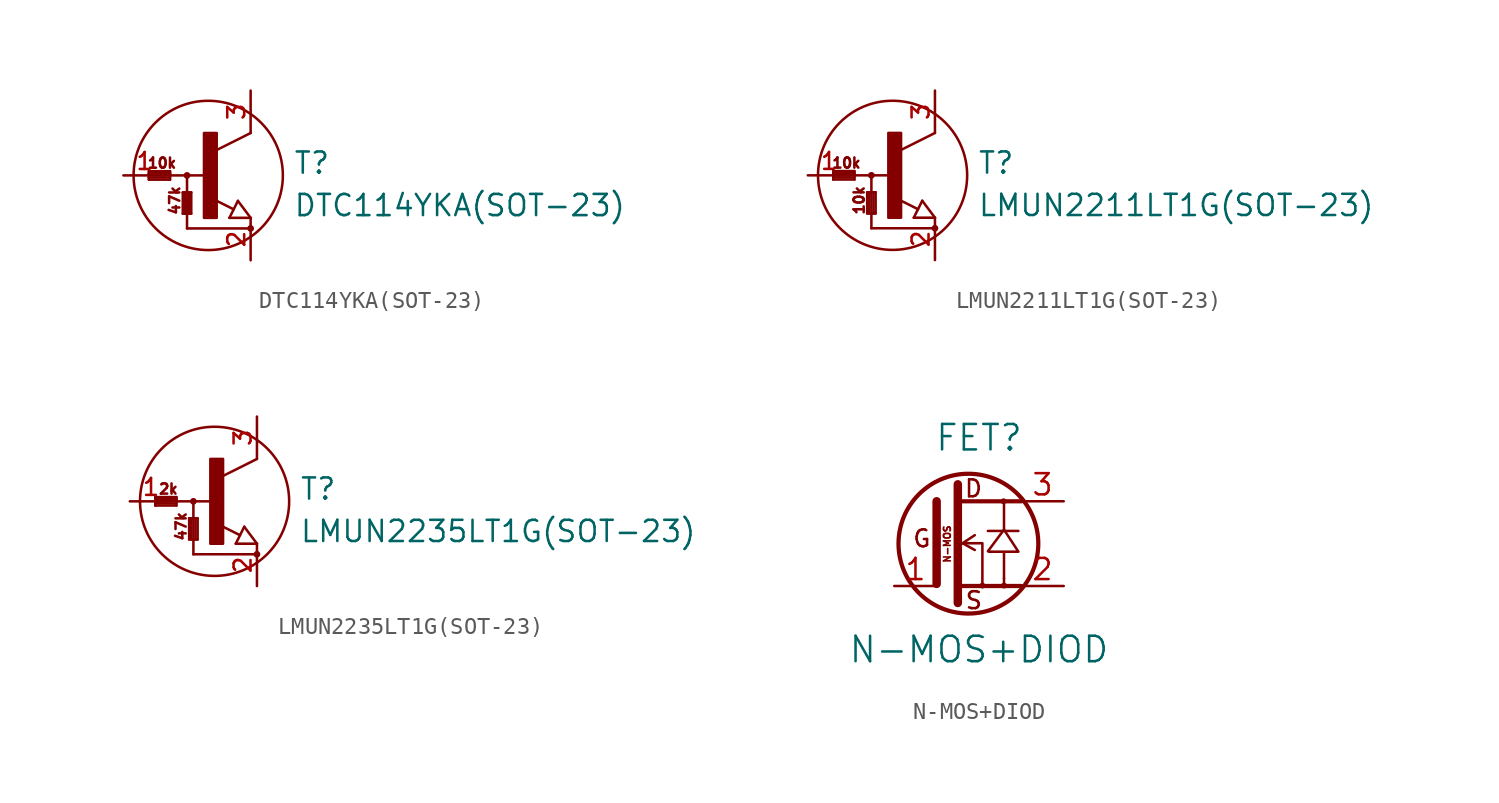
<source format=kicad_sym>
(kicad_symbol_lib
  (version 20211014)
  (generator kicad_symbol_editor)
  (symbol "DTC114YKA(SOT-23)"
    (pin_names
      (offset 0) hide)
    (property "Reference" "T"
      (at 5.08 0 0)
      (effects (font (size 1.27 1.27)) (justify left bottom)))
    (property "Value" "DTC114YKA(SOT-23)"
      (at 5.08 -2.54 0)
      (effects (font (size 1.27 1.27)) (justify left bottom)))
    (property "Datasheet" ""
      (at 0 0 0)
      (effects (font (size 1.524 1.524))))
    (symbol "DTC114YKA(SOT-23)_1_0"
      (polyline (pts (xy -3.556 -0.254) (xy -2.286 -0.254)) (stroke (width 0) (type default) (color 0 0 0 0)) (fill (type none)))
      (polyline (pts (xy -3.556 -0.127) (xy -3.556 -0.254)) (stroke (width 0) (type default) (color 0 0 0 0)) (fill (type none)))
      (polyline (pts (xy -3.556 -0.127) (xy -2.286 -0.127)) (stroke (width 0) (type default) (color 0 0 0 0)) (fill (type none)))
      (polyline (pts (xy -3.556 0) (xy -3.556 -0.127)) (stroke (width 0) (type default) (color 0 0 0 0)) (fill (type none)))
      (polyline (pts (xy -3.556 0.127) (xy -3.556 0)) (stroke (width 0) (type default) (color 0 0 0 0)) (fill (type none)))
      (polyline (pts (xy -3.556 0.127) (xy -2.286 0.127)) (stroke (width 0) (type default) (color 0 0 0 0)) (fill (type none)))
      (polyline (pts (xy -3.556 0.254) (xy -3.556 0.127)) (stroke (width 0) (type default) (color 0 0 0 0)) (fill (type none)))
      (polyline (pts (xy -3.556 0.254) (xy -2.286 0.254)) (stroke (width 0) (type default) (color 0 0 0 0)) (fill (type none)))
      (polyline (pts (xy -2.286 0) (xy -3.556 0)) (stroke (width 0) (type default) (color 0 0 0 0)) (fill (type none)))
      (polyline (pts (xy -2.286 0) (xy -2.286 -0.254)) (stroke (width 0) (type default) (color 0 0 0 0)) (fill (type none)))
      (polyline (pts (xy -2.286 0.127) (xy -2.286 0)) (stroke (width 0) (type default) (color 0 0 0 0)) (fill (type none)))
      (polyline (pts (xy -2.286 0.254) (xy -2.286 0.127)) (stroke (width 0) (type default) (color 0 0 0 0)) (fill (type none)))
      (polyline (pts (xy -1.524 -2.286) (xy -1.524 -1.016)) (stroke (width 0) (type default) (color 0 0 0 0)) (fill (type none)))
      (polyline (pts (xy -1.524 -2.286) (xy -1.397 -2.286)) (stroke (width 0) (type default) (color 0 0 0 0)) (fill (type none)))
      (polyline (pts (xy -1.524 -1.016) (xy -1.397 -1.016)) (stroke (width 0) (type default) (color 0 0 0 0)) (fill (type none)))
      (polyline (pts (xy -1.397 -2.286) (xy -1.397 -1.016)) (stroke (width 0) (type default) (color 0 0 0 0)) (fill (type none)))
      (polyline (pts (xy -1.397 -2.286) (xy -1.143 -2.286)) (stroke (width 0) (type default) (color 0 0 0 0)) (fill (type none)))
      (polyline (pts (xy -1.397 -1.016) (xy -1.143 -1.016)) (stroke (width 0) (type default) (color 0 0 0 0)) (fill (type none)))
      (polyline (pts (xy -1.27 -3.175) (xy 2.54 -3.175)) (stroke (width 0) (type default) (color 0 0 0 0)) (fill (type none)))
      (polyline (pts (xy -1.27 0) (xy -2.286 0)) (stroke (width 0) (type default) (color 0 0 0 0)) (fill (type none)))
      (polyline (pts (xy -1.27 0) (xy -1.27 -3.175)) (stroke (width 0) (type default) (color 0 0 0 0)) (fill (type none)))
      (polyline (pts (xy -1.143 -2.286) (xy -1.143 -1.016)) (stroke (width 0) (type default) (color 0 0 0 0)) (fill (type none)))
      (polyline (pts (xy -1.143 -2.286) (xy -1.016 -2.286)) (stroke (width 0) (type default) (color 0 0 0 0)) (fill (type none)))
      (polyline (pts (xy -1.143 -1.016) (xy -1.016 -1.016)) (stroke (width 0) (type default) (color 0 0 0 0)) (fill (type none)))
      (polyline (pts (xy -1.016 -2.286) (xy -1.016 -1.016)) (stroke (width 0) (type default) (color 0 0 0 0)) (fill (type none)))
      (polyline (pts (xy 0 0) (xy -1.27 0)) (stroke (width 0) (type default) (color 0 0 0 0)) (fill (type none)))
      (polyline (pts (xy 1.27 -2.54) (xy 1.778 -1.524)) (stroke (width 0) (type default) (color 0 0 0 0)) (fill (type none)))
      (polyline (pts (xy 1.524 -2.032) (xy 0.305 -1.422)) (stroke (width 0) (type default) (color 0 0 0 0)) (fill (type none)))
      (polyline (pts (xy 1.778 -1.524) (xy 2.54 -2.54)) (stroke (width 0) (type default) (color 0 0 0 0)) (fill (type none)))
      (polyline (pts (xy 2.54 -2.54) (xy 1.27 -2.54)) (stroke (width 0) (type default) (color 0 0 0 0)) (fill (type none)))
      (polyline (pts (xy 2.54 2.54) (xy 0.508 1.524)) (stroke (width 0) (type default) (color 0 0 0 0)) (fill (type none)))
      (text "10k" (at -2.769 0.737 0) (effects (font (size 0.61 0.61))))
      (text "47k" (at -2.007 -1.499 900) (effects (font (size 0.61 0.61)))))
    (symbol "DTC114YKA(SOT-23)_1_1"
      (circle (center -1.27 0) (radius 0.127) (stroke (width 0) (type default) (color 0 0 0 0)) (fill (type outline)))
      (rectangle (start -0.254 -2.54) (end 0.508 2.54) (stroke (width 0) (type default) (color 0 0 0 0)) (fill (type outline)))
      (circle (center 0 0) (radius 4.47) (stroke (width 0) (type default) (color 0 0 0 0)) (fill (type none)))
      (circle (center 2.54 -3.175) (radius 0.127) (stroke (width 0) (type default) (color 0 0 0 0)) (fill (type outline)))
      (pin passive line (at -5.08 0 0) (length 2.54) (name "B" (effects (font (size 1.016 1.016)))) (number "1" (effects (font (size 1.016 1.016)))))
      (pin passive line (at 2.54 -5.08 90) (length 2.54) (name "E" (effects (font (size 1.016 1.016)))) (number "2" (effects (font (size 1.016 1.016)))))
      (pin passive line (at 2.54 5.08 270) (length 2.54) (name "C" (effects (font (size 1.016 1.016)))) (number "3" (effects (font (size 1.016 1.016)))))))
  (symbol "LMUN2211LT1G(SOT-23)"
    (pin_names
      (offset 0) hide)
    (property "Reference" "T"
      (at 5.08 0 0)
      (effects (font (size 1.27 1.27)) (justify left bottom)))
    (property "Value" "LMUN2211LT1G(SOT-23)"
      (at 5.08 -2.54 0)
      (effects (font (size 1.27 1.27)) (justify left bottom)))
    (property "Datasheet" ""
      (at 0 0 0)
      (effects (font (size 1.524 1.524))))
    (symbol "LMUN2211LT1G(SOT-23)_1_0"
      (polyline (pts (xy -3.556 -0.254) (xy -2.286 -0.254)) (stroke (width 0) (type default) (color 0 0 0 0)) (fill (type none)))
      (polyline (pts (xy -3.556 -0.127) (xy -3.556 -0.254)) (stroke (width 0) (type default) (color 0 0 0 0)) (fill (type none)))
      (polyline (pts (xy -3.556 -0.127) (xy -2.286 -0.127)) (stroke (width 0) (type default) (color 0 0 0 0)) (fill (type none)))
      (polyline (pts (xy -3.556 0) (xy -3.556 -0.127)) (stroke (width 0) (type default) (color 0 0 0 0)) (fill (type none)))
      (polyline (pts (xy -3.556 0.127) (xy -3.556 0)) (stroke (width 0) (type default) (color 0 0 0 0)) (fill (type none)))
      (polyline (pts (xy -3.556 0.127) (xy -2.286 0.127)) (stroke (width 0) (type default) (color 0 0 0 0)) (fill (type none)))
      (polyline (pts (xy -3.556 0.254) (xy -3.556 0.127)) (stroke (width 0) (type default) (color 0 0 0 0)) (fill (type none)))
      (polyline (pts (xy -3.556 0.254) (xy -2.286 0.254)) (stroke (width 0) (type default) (color 0 0 0 0)) (fill (type none)))
      (polyline (pts (xy -2.286 0) (xy -3.556 0)) (stroke (width 0) (type default) (color 0 0 0 0)) (fill (type none)))
      (polyline (pts (xy -2.286 0) (xy -2.286 -0.254)) (stroke (width 0) (type default) (color 0 0 0 0)) (fill (type none)))
      (polyline (pts (xy -2.286 0.127) (xy -2.286 0)) (stroke (width 0) (type default) (color 0 0 0 0)) (fill (type none)))
      (polyline (pts (xy -2.286 0.254) (xy -2.286 0.127)) (stroke (width 0) (type default) (color 0 0 0 0)) (fill (type none)))
      (polyline (pts (xy -1.524 -2.286) (xy -1.524 -1.016)) (stroke (width 0) (type default) (color 0 0 0 0)) (fill (type none)))
      (polyline (pts (xy -1.524 -2.286) (xy -1.397 -2.286)) (stroke (width 0) (type default) (color 0 0 0 0)) (fill (type none)))
      (polyline (pts (xy -1.524 -1.016) (xy -1.397 -1.016)) (stroke (width 0) (type default) (color 0 0 0 0)) (fill (type none)))
      (polyline (pts (xy -1.397 -2.286) (xy -1.397 -1.016)) (stroke (width 0) (type default) (color 0 0 0 0)) (fill (type none)))
      (polyline (pts (xy -1.397 -2.286) (xy -1.143 -2.286)) (stroke (width 0) (type default) (color 0 0 0 0)) (fill (type none)))
      (polyline (pts (xy -1.397 -1.016) (xy -1.143 -1.016)) (stroke (width 0) (type default) (color 0 0 0 0)) (fill (type none)))
      (polyline (pts (xy -1.27 -3.175) (xy 2.54 -3.175)) (stroke (width 0) (type default) (color 0 0 0 0)) (fill (type none)))
      (polyline (pts (xy -1.27 0) (xy -2.286 0)) (stroke (width 0) (type default) (color 0 0 0 0)) (fill (type none)))
      (polyline (pts (xy -1.27 0) (xy -1.27 -3.175)) (stroke (width 0) (type default) (color 0 0 0 0)) (fill (type none)))
      (polyline (pts (xy -1.143 -2.286) (xy -1.143 -1.016)) (stroke (width 0) (type default) (color 0 0 0 0)) (fill (type none)))
      (polyline (pts (xy -1.143 -2.286) (xy -1.016 -2.286)) (stroke (width 0) (type default) (color 0 0 0 0)) (fill (type none)))
      (polyline (pts (xy -1.143 -1.016) (xy -1.016 -1.016)) (stroke (width 0) (type default) (color 0 0 0 0)) (fill (type none)))
      (polyline (pts (xy -1.016 -2.286) (xy -1.016 -1.016)) (stroke (width 0) (type default) (color 0 0 0 0)) (fill (type none)))
      (polyline (pts (xy 0 0) (xy -1.27 0)) (stroke (width 0) (type default) (color 0 0 0 0)) (fill (type none)))
      (polyline (pts (xy 1.27 -2.54) (xy 1.778 -1.524)) (stroke (width 0) (type default) (color 0 0 0 0)) (fill (type none)))
      (polyline (pts (xy 1.524 -2.032) (xy 0.305 -1.422)) (stroke (width 0) (type default) (color 0 0 0 0)) (fill (type none)))
      (polyline (pts (xy 1.778 -1.524) (xy 2.54 -2.54)) (stroke (width 0) (type default) (color 0 0 0 0)) (fill (type none)))
      (polyline (pts (xy 2.54 -2.54) (xy 1.27 -2.54)) (stroke (width 0) (type default) (color 0 0 0 0)) (fill (type none)))
      (polyline (pts (xy 2.54 2.54) (xy 0.508 1.524)) (stroke (width 0) (type default) (color 0 0 0 0)) (fill (type none)))
      (text "10k" (at -2.769 0.737 0) (effects (font (size 0.61 0.61))))
      (text "10k" (at -2.007 -1.499 900) (effects (font (size 0.61 0.61)))))
    (symbol "LMUN2211LT1G(SOT-23)_1_1"
      (circle (center -1.27 0) (radius 0.127) (stroke (width 0) (type default) (color 0 0 0 0)) (fill (type outline)))
      (rectangle (start -0.254 -2.54) (end 0.508 2.54) (stroke (width 0) (type default) (color 0 0 0 0)) (fill (type outline)))
      (circle (center 0 0) (radius 4.47) (stroke (width 0) (type default) (color 0 0 0 0)) (fill (type none)))
      (circle (center 2.54 -3.175) (radius 0.127) (stroke (width 0) (type default) (color 0 0 0 0)) (fill (type outline)))
      (pin passive line (at -5.08 0 0) (length 2.54) (name "B" (effects (font (size 1.016 1.016)))) (number "1" (effects (font (size 1.016 1.016)))))
      (pin passive line (at 2.54 -5.08 90) (length 2.54) (name "E" (effects (font (size 1.016 1.016)))) (number "2" (effects (font (size 1.016 1.016)))))
      (pin passive line (at 2.54 5.08 270) (length 2.54) (name "C" (effects (font (size 1.016 1.016)))) (number "3" (effects (font (size 1.016 1.016)))))))
  (symbol "LMUN2235LT1G(SOT-23)"
    (pin_names
      (offset 0) hide)
    (property "Reference" "T"
      (at 5.08 0 0)
      (effects (font (size 1.27 1.27)) (justify left bottom)))
    (property "Value" "LMUN2235LT1G(SOT-23)"
      (at 5.08 -2.54 0)
      (effects (font (size 1.27 1.27)) (justify left bottom)))
    (property "Datasheet" ""
      (at 0 0 0)
      (effects (font (size 1.524 1.524))))
    (symbol "LMUN2235LT1G(SOT-23)_1_0"
      (polyline (pts (xy -3.556 -0.254) (xy -2.286 -0.254)) (stroke (width 0) (type default) (color 0 0 0 0)) (fill (type none)))
      (polyline (pts (xy -3.556 -0.127) (xy -3.556 -0.254)) (stroke (width 0) (type default) (color 0 0 0 0)) (fill (type none)))
      (polyline (pts (xy -3.556 -0.127) (xy -2.286 -0.127)) (stroke (width 0) (type default) (color 0 0 0 0)) (fill (type none)))
      (polyline (pts (xy -3.556 0) (xy -3.556 -0.127)) (stroke (width 0) (type default) (color 0 0 0 0)) (fill (type none)))
      (polyline (pts (xy -3.556 0.127) (xy -3.556 0)) (stroke (width 0) (type default) (color 0 0 0 0)) (fill (type none)))
      (polyline (pts (xy -3.556 0.127) (xy -2.286 0.127)) (stroke (width 0) (type default) (color 0 0 0 0)) (fill (type none)))
      (polyline (pts (xy -3.556 0.254) (xy -3.556 0.127)) (stroke (width 0) (type default) (color 0 0 0 0)) (fill (type none)))
      (polyline (pts (xy -3.556 0.254) (xy -2.286 0.254)) (stroke (width 0) (type default) (color 0 0 0 0)) (fill (type none)))
      (polyline (pts (xy -2.286 0) (xy -3.556 0)) (stroke (width 0) (type default) (color 0 0 0 0)) (fill (type none)))
      (polyline (pts (xy -2.286 0) (xy -2.286 -0.254)) (stroke (width 0) (type default) (color 0 0 0 0)) (fill (type none)))
      (polyline (pts (xy -2.286 0.127) (xy -2.286 0)) (stroke (width 0) (type default) (color 0 0 0 0)) (fill (type none)))
      (polyline (pts (xy -2.286 0.254) (xy -2.286 0.127)) (stroke (width 0) (type default) (color 0 0 0 0)) (fill (type none)))
      (polyline (pts (xy -1.524 -2.286) (xy -1.524 -1.016)) (stroke (width 0) (type default) (color 0 0 0 0)) (fill (type none)))
      (polyline (pts (xy -1.524 -2.286) (xy -1.397 -2.286)) (stroke (width 0) (type default) (color 0 0 0 0)) (fill (type none)))
      (polyline (pts (xy -1.524 -1.016) (xy -1.397 -1.016)) (stroke (width 0) (type default) (color 0 0 0 0)) (fill (type none)))
      (polyline (pts (xy -1.397 -2.286) (xy -1.397 -1.016)) (stroke (width 0) (type default) (color 0 0 0 0)) (fill (type none)))
      (polyline (pts (xy -1.397 -2.286) (xy -1.143 -2.286)) (stroke (width 0) (type default) (color 0 0 0 0)) (fill (type none)))
      (polyline (pts (xy -1.397 -1.016) (xy -1.143 -1.016)) (stroke (width 0) (type default) (color 0 0 0 0)) (fill (type none)))
      (polyline (pts (xy -1.27 -3.175) (xy 2.54 -3.175)) (stroke (width 0) (type default) (color 0 0 0 0)) (fill (type none)))
      (polyline (pts (xy -1.27 0) (xy -2.286 0)) (stroke (width 0) (type default) (color 0 0 0 0)) (fill (type none)))
      (polyline (pts (xy -1.27 0) (xy -1.27 -3.175)) (stroke (width 0) (type default) (color 0 0 0 0)) (fill (type none)))
      (polyline (pts (xy -1.143 -2.286) (xy -1.143 -1.016)) (stroke (width 0) (type default) (color 0 0 0 0)) (fill (type none)))
      (polyline (pts (xy -1.143 -2.286) (xy -1.016 -2.286)) (stroke (width 0) (type default) (color 0 0 0 0)) (fill (type none)))
      (polyline (pts (xy -1.143 -1.016) (xy -1.016 -1.016)) (stroke (width 0) (type default) (color 0 0 0 0)) (fill (type none)))
      (polyline (pts (xy -1.016 -2.286) (xy -1.016 -1.016)) (stroke (width 0) (type default) (color 0 0 0 0)) (fill (type none)))
      (polyline (pts (xy 0 0) (xy -1.27 0)) (stroke (width 0) (type default) (color 0 0 0 0)) (fill (type none)))
      (polyline (pts (xy 1.27 -2.54) (xy 1.778 -1.524)) (stroke (width 0) (type default) (color 0 0 0 0)) (fill (type none)))
      (polyline (pts (xy 1.524 -2.032) (xy 0.305 -1.422)) (stroke (width 0) (type default) (color 0 0 0 0)) (fill (type none)))
      (polyline (pts (xy 1.778 -1.524) (xy 2.54 -2.54)) (stroke (width 0) (type default) (color 0 0 0 0)) (fill (type none)))
      (polyline (pts (xy 2.54 -2.54) (xy 1.27 -2.54)) (stroke (width 0) (type default) (color 0 0 0 0)) (fill (type none)))
      (polyline (pts (xy 2.54 2.54) (xy 0.508 1.524)) (stroke (width 0) (type default) (color 0 0 0 0)) (fill (type none)))
      (text "2k" (at -2.769 0.737 0) (effects (font (size 0.61 0.61))))
      (text "47k" (at -2.007 -1.499 900) (effects (font (size 0.61 0.61)))))
    (symbol "LMUN2235LT1G(SOT-23)_1_1"
      (circle (center -1.27 0) (radius 0.127) (stroke (width 0) (type default) (color 0 0 0 0)) (fill (type outline)))
      (rectangle (start -0.254 -2.54) (end 0.508 2.54) (stroke (width 0) (type default) (color 0 0 0 0)) (fill (type outline)))
      (circle (center 0 0) (radius 4.47) (stroke (width 0) (type default) (color 0 0 0 0)) (fill (type none)))
      (circle (center 2.54 -3.175) (radius 0.127) (stroke (width 0) (type default) (color 0 0 0 0)) (fill (type outline)))
      (pin passive line (at -5.08 0 0) (length 2.54) (name "B" (effects (font (size 1.016 1.016)))) (number "1" (effects (font (size 1.016 1.016)))))
      (pin passive line (at 2.54 -5.08 90) (length 2.54) (name "E" (effects (font (size 1.016 1.016)))) (number "2" (effects (font (size 1.016 1.016)))))
      (pin passive line (at 2.54 5.08 270) (length 2.54) (name "C" (effects (font (size 1.016 1.016)))) (number "3" (effects (font (size 1.016 1.016)))))))
  (symbol "N-MOS+DIOD"
    (pin_names
      (offset 1.016) hide)
    (property "Reference" "FET"
      (at 0 6.35 0)
      (effects (font (size 1.524 1.524))))
    (property "Value" "N-MOS+DIOD"
      (at 0 -6.35 0)
      (effects (font (size 1.524 1.524))))
    (property "Footprint" ""
      (at -1.27 0 90)
      (effects (font (size 1.524 1.524))))
    (property "Datasheet" ""
      (at -1.27 0 90)
      (effects (font (size 1.524 1.524))))
    (symbol "N-MOS+DIOD_0_0"
      (circle (center -0.635 0) (radius 4.191) (stroke (width 0.254) (type default) (color 0 0 0 0)) (fill (type none)))
      (polyline (pts (xy -2.54 -2.413) (xy -2.54 2.54)) (stroke (width 0.508) (type default) (color 0 0 0 0)) (fill (type none)))
      (polyline (pts (xy -1.27 3.556) (xy -1.27 -3.556)) (stroke (width 0.508) (type default) (color 0 0 0 0)) (fill (type none)))
      (polyline (pts (xy -0.254 0.508) (xy -0.991 0.025)) (stroke (width 0) (type default) (color 0 0 0 0)) (fill (type none)))
      (polyline (pts (xy 0.533 0.762) (xy 2.362 0.762)) (stroke (width 0) (type default) (color 0 0 0 0)) (fill (type none)))
      (polyline (pts (xy 1.499 -2.083) (xy 1.499 -2.489)) (stroke (width 0) (type default) (color 0 0 0 0)) (fill (type none)))
      (polyline (pts (xy 1.499 0.813) (xy 1.499 2.54)) (stroke (width 0) (type default) (color 0 0 0 0)) (fill (type none)))
      (polyline (pts (xy 2.54 -2.54) (xy -1.27 -2.54)) (stroke (width 0.254) (type default) (color 0 0 0 0)) (fill (type none)))
      (polyline (pts (xy 2.54 2.54) (xy -1.27 2.54)) (stroke (width 0.254) (type default) (color 0 0 0 0)) (fill (type none)))
      (polyline (pts (xy -1.27 0.025) (xy 0.203 0.025) (xy 0.203 -2.515)) (stroke (width 0) (type default) (color 0 0 0 0)) (fill (type none)))
      (polyline (pts (xy -0.254 -0.381) (xy -0.991 0.025) (xy -0.94 0)) (stroke (width 0) (type default) (color 0 0 0 0)) (fill (type none)))
      (polyline (pts (xy 1.499 -2.083) (xy 1.499 -0.483) (xy 0.584 -0.483) (xy 2.362 -0.483) (xy 1.499 0.838) (xy 0.533 -0.457)) (stroke (width 0) (type default) (color 0 0 0 0)) (fill (type none)))
      (circle (center 0.203 -2.515) (radius 0.102) (stroke (width 0) (type default) (color 0 0 0 0)) (fill (type none)))
      (circle (center 1.473 2.54) (radius 0.102) (stroke (width 0) (type default) (color 0 0 0 0)) (fill (type none)))
      (circle (center 1.499 -2.515) (radius 0.102) (stroke (width 0) (type default) (color 0 0 0 0)) (fill (type none)))
      (text "D" (at -0.33 3.302 0) (effects (font (size 1.016 1.016))))
      (text "G" (at -3.429 0.305 0) (effects (font (size 1.016 1.016))))
      (text "N-MOS" (at -1.905 -0.025 900) (effects (font (size 0.406 0.406))))
      (text "S" (at -0.305 -3.404 0) (effects (font (size 1.016 1.016)))))
    (symbol "N-MOS+DIOD_1_1"
      (pin input line (at -5.08 -2.54 0) (length 2.54) (name "G" (effects (font (size 1.27 1.27)))) (number "1" (effects (font (size 1.27 1.27)))))
      (pin passive line (at 5.08 -2.54 180) (length 2.54) (name "S" (effects (font (size 1.27 1.27)))) (number "2" (effects (font (size 1.27 1.27)))))
      (pin passive line (at 5.08 2.54 180) (length 2.54) (name "D" (effects (font (size 1.27 1.27)))) (number "3" (effects (font (size 1.27 1.27))))))))
</source>
